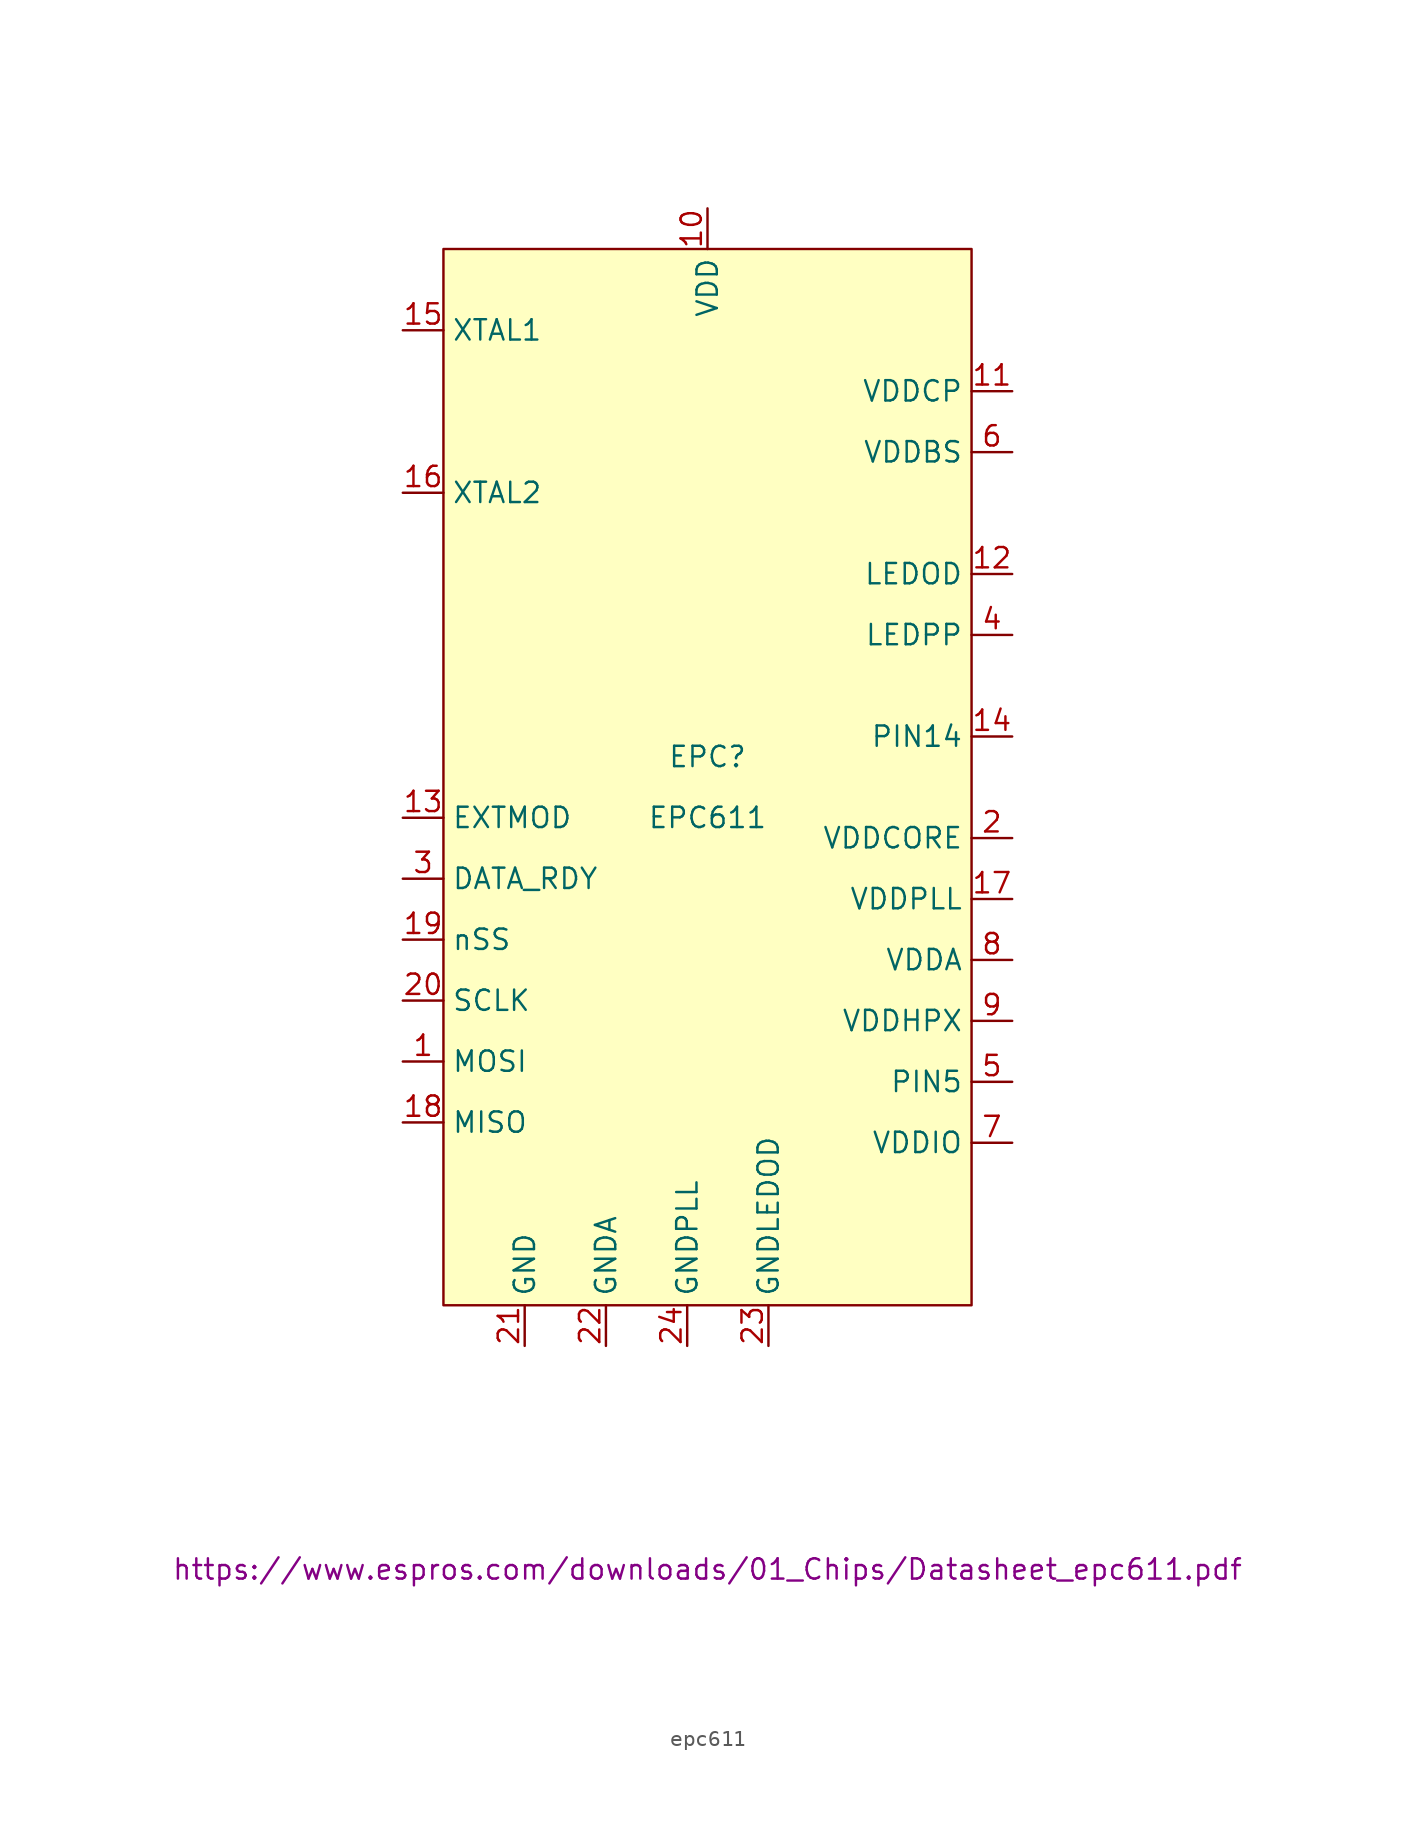
<source format=kicad_sym>
(kicad_symbol_lib
  (version 20220914)
  (generator kicad_symbol_editor)
  (symbol "epc611"
    (property "Reference" "EPC"
      (at 0 1.27 0)
      (effects (font (size 1.27 1.27))))
    (property "Value" "EPC611"
      (at 0 -2.54 0)
      (effects (font (size 1.27 1.27))))
    (property "Datasheet" "https://www.espros.com/downloads/01_Chips/Datasheet_epc611.pdf"
      (at 0 -49.53 0)
      (effects (font (size 1.27 1.27))))
    (symbol "epc611_1_1"
      (rectangle (start -16.51 33.02) (end 16.51 -33.02) (stroke (width 0) (type default)) (fill (type background)))
      (pin input line (at -19.05 -17.78 0) (length 2.54) (name "MOSI" (effects (font (size 1.27 1.27)))) (number "1" (effects (font (size 1.27 1.27)))))
      (pin power_in line (at 0 35.56 270) (length 2.54) (name "VDD" (effects (font (size 1.27 1.27)))) (number "10" (effects (font (size 1.27 1.27)))))
      (pin power_out line (at 19.05 24.13 180) (length 2.54) (name "VDDCP" (effects (font (size 1.27 1.27)))) (number "11" (effects (font (size 1.27 1.27)))))
      (pin power_out line (at 19.05 12.7 180) (length 2.54) (name "LEDOD" (effects (font (size 1.27 1.27)))) (number "12" (effects (font (size 1.27 1.27)))))
      (pin input line (at -19.05 -2.54 0) (length 2.54) (name "EXTMOD" (effects (font (size 1.27 1.27)))) (number "13" (effects (font (size 1.27 1.27)))))
      (pin unspecified line (at 19.05 2.54 180) (length 2.54) (name "PIN14" (effects (font (size 1.27 1.27)))) (number "14" (effects (font (size 1.27 1.27)))))
      (pin input line (at -19.05 27.94 0) (length 2.54) (name "XTAL1" (effects (font (size 1.27 1.27)))) (number "15" (effects (font (size 1.27 1.27)))))
      (pin output line (at -19.05 17.78 0) (length 2.54) (name "XTAL2" (effects (font (size 1.27 1.27)))) (number "16" (effects (font (size 1.27 1.27)))))
      (pin power_out line (at 19.05 -7.62 180) (length 2.54) (name "VDDPLL" (effects (font (size 1.27 1.27)))) (number "17" (effects (font (size 1.27 1.27)))))
      (pin output line (at -19.05 -21.59 0) (length 2.54) (name "MISO" (effects (font (size 1.27 1.27)))) (number "18" (effects (font (size 1.27 1.27)))))
      (pin input line (at -19.05 -10.16 0) (length 2.54) (name "nSS" (effects (font (size 1.27 1.27)))) (number "19" (effects (font (size 1.27 1.27)))))
      (pin power_out line (at 19.05 -3.81 180) (length 2.54) (name "VDDCORE" (effects (font (size 1.27 1.27)))) (number "2" (effects (font (size 1.27 1.27)))))
      (pin input line (at -19.05 -13.97 0) (length 2.54) (name "SCLK" (effects (font (size 1.27 1.27)))) (number "20" (effects (font (size 1.27 1.27)))))
      (pin power_in line (at -11.43 -35.56 90) (length 2.54) (name "GND" (effects (font (size 1.27 1.27)))) (number "21" (effects (font (size 1.27 1.27)))))
      (pin power_in line (at -6.35 -35.56 90) (length 2.54) (name "GNDA" (effects (font (size 1.27 1.27)))) (number "22" (effects (font (size 1.27 1.27)))))
      (pin power_in line (at 3.81 -35.56 90) (length 2.54) (name "GNDLEDOD" (effects (font (size 1.27 1.27)))) (number "23" (effects (font (size 1.27 1.27)))))
      (pin power_in line (at -1.27 -35.56 90) (length 2.54) (name "GNDPLL" (effects (font (size 1.27 1.27)))) (number "24" (effects (font (size 1.27 1.27)))))
      (pin output line (at -19.05 -6.35 0) (length 2.54) (name "DATA_RDY" (effects (font (size 1.27 1.27)))) (number "3" (effects (font (size 1.27 1.27)))))
      (pin output line (at 19.05 8.89 180) (length 2.54) (name "LEDPP" (effects (font (size 1.27 1.27)))) (number "4" (effects (font (size 1.27 1.27)))))
      (pin unspecified line (at 19.05 -19.05 180) (length 2.54) (name "PIN5" (effects (font (size 1.27 1.27)))) (number "5" (effects (font (size 1.27 1.27)))))
      (pin power_in line (at 19.05 20.32 180) (length 2.54) (name "VDDBS" (effects (font (size 1.27 1.27)))) (number "6" (effects (font (size 1.27 1.27)))))
      (pin power_in line (at 19.05 -22.86 180) (length 2.54) (name "VDDIO" (effects (font (size 1.27 1.27)))) (number "7" (effects (font (size 1.27 1.27)))))
      (pin power_out line (at 19.05 -11.43 180) (length 2.54) (name "VDDA" (effects (font (size 1.27 1.27)))) (number "8" (effects (font (size 1.27 1.27)))))
      (pin power_out line (at 19.05 -15.24 180) (length 2.54) (name "VDDHPX" (effects (font (size 1.27 1.27)))) (number "9" (effects (font (size 1.27 1.27))))))))
</source>
